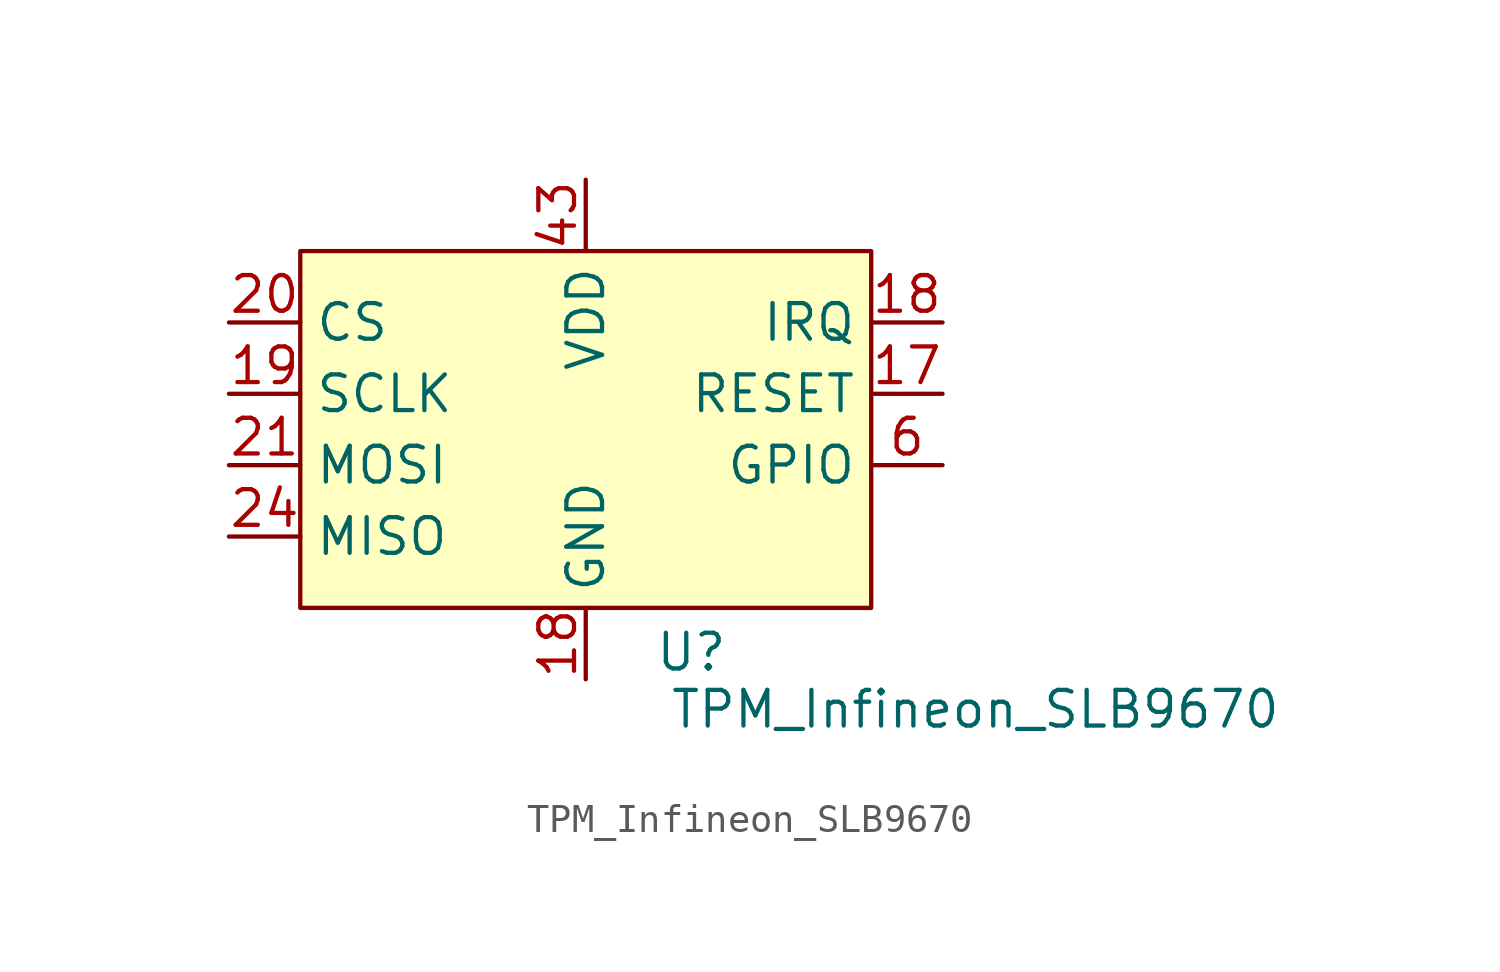
<source format=kicad_sym>
(kicad_symbol_lib
  (version 20220914)
  (generator kicad_symbol_editor)
  (symbol "TPM_Infineon_SLB9670"
    (property "Reference" "U"
      (at 3.759 -9.195 0)
      (effects (font (size 1.27 1.27))))
    (property "Value" "TPM_Infineon_SLB9670"
      (at 13.868 -11.227 0)
      (effects (font (size 1.27 1.27))))
    (symbol "TPM_Infineon_SLB9670_0_1"
      (rectangle (start -10.16 5.08) (end 10.16 -7.62) (stroke (width 0) (type default)) (fill (type background))))
    (symbol "TPM_Infineon_SLB9670_1_1"
      (pin bidirectional line (at 12.7 0 180) (length 2.54) (name "RESET" (effects (font (size 1.27 1.27)))) (number "17" (effects (font (size 1.27 1.27)))))
      (pin power_in line (at 0 -10.16 90) (length 2.54) (name "GND" (effects (font (size 1.27 1.27)))) (number "18" (effects (font (size 1.27 1.27)))))
      (pin bidirectional line (at 12.7 2.54 180) (length 2.54) (name "IRQ" (effects (font (size 1.27 1.27)))) (number "18" (effects (font (size 1.27 1.27)))))
      (pin bidirectional line (at -12.7 0 0) (length 2.54) (name "SCLK" (effects (font (size 1.27 1.27)))) (number "19" (effects (font (size 1.27 1.27)))) (alternate "XOUT32" output line))
      (pin bidirectional line (at -12.7 2.54 0) (length 2.54) (name "CS" (effects (font (size 1.27 1.27)))) (number "20" (effects (font (size 1.27 1.27)))) (alternate "XIN32" input line))
      (pin bidirectional line (at -12.7 -2.54 0) (length 2.54) (name "MOSI" (effects (font (size 1.27 1.27)))) (number "21" (effects (font (size 1.27 1.27)))))
      (pin bidirectional line (at -12.7 -5.08 0) (length 2.54) (name "MISO" (effects (font (size 1.27 1.27)))) (number "24" (effects (font (size 1.27 1.27)))) (alternate "ANAREF" input line))
      (pin power_in line (at 0 7.62 270) (length 2.54) (name "VDD" (effects (font (size 1.27 1.27)))) (number "43" (effects (font (size 1.27 1.27)))))
      (pin bidirectional line (at 12.7 -2.54 180) (length 2.54) (name "GPIO" (effects (font (size 1.27 1.27)))) (number "6" (effects (font (size 1.27 1.27))))))))
</source>
